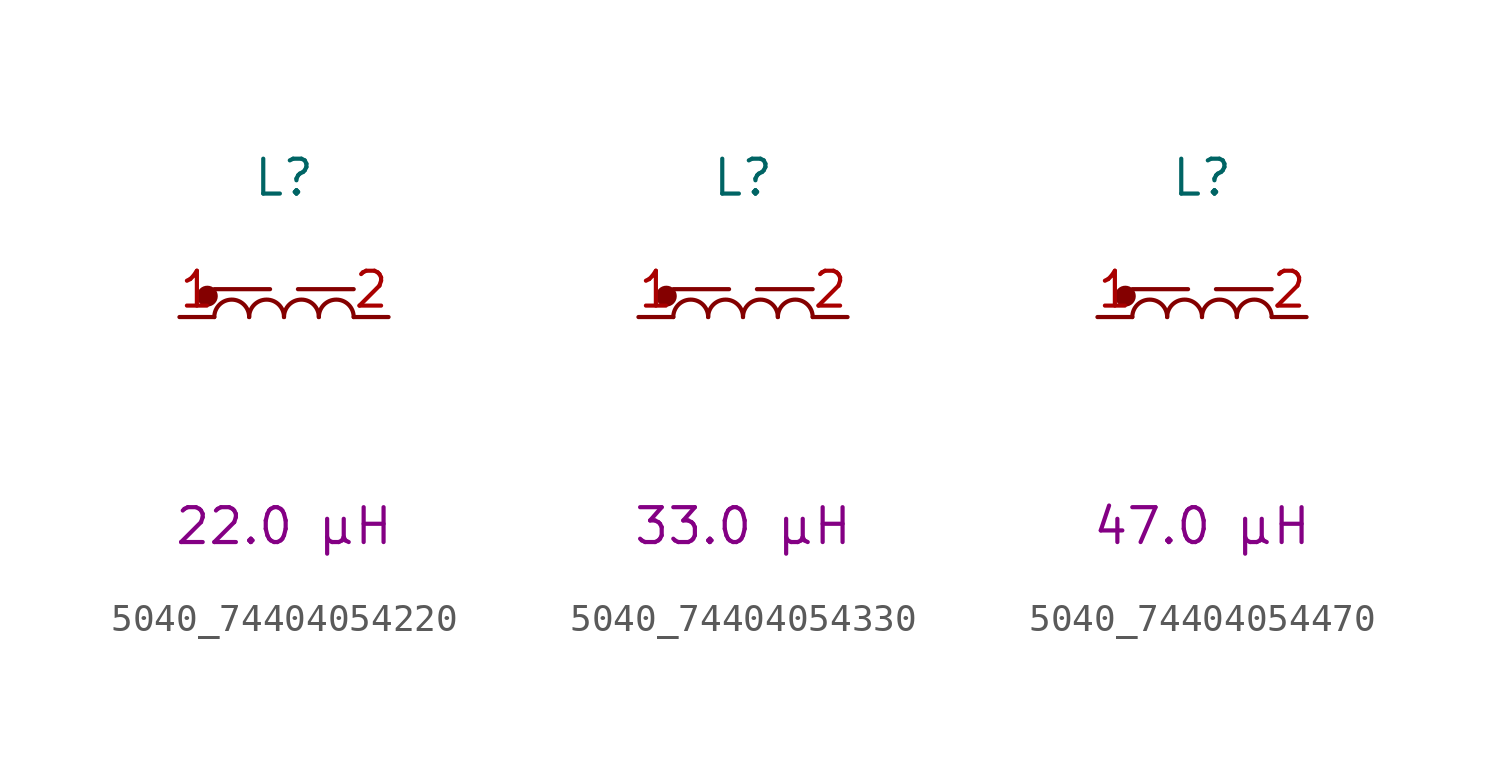
<source format=kicad_sym>
(kicad_symbol_lib
  (version 20220914)
  (generator kicad_symbol_editor)
  (symbol "5040_74404054220"
    (pin_names hide)
    (property "Reference" "L"
      (at 0 5.08 0)
      (effects (font (size 1.27 1.27))))
    (property "Critical Parameter" "22.0 µH"
      (at 0 -7.62 0)
      (effects (font (size 1.27 1.27))))
    (symbol "5040_74404054220_0_1"
      (arc (start -1.27 0) (mid -1.905 0.6323) (end -2.54 0) (stroke (width 0) (type default)) (fill (type none)))
      (arc (start 0 0) (mid -0.635 0.6323) (end -1.27 0) (stroke (width 0) (type default)) (fill (type none)))
      (polyline (pts (xy -2.54 1.016) (xy -0.508 1.016)) (stroke (width 0) (type default)) (fill (type none)))
      (arc (start 1.27 0) (mid 0.635 0.6323) (end 0 0) (stroke (width 0) (type default)) (fill (type none)))
      (arc (start 2.54 0) (mid 1.905 0.6323) (end 1.27 0) (stroke (width 0) (type default)) (fill (type none))))
    (symbol "5040_74404054220_1_1"
      (circle (center -2.794 0.762) (radius 0.0001) (stroke (width 0.381) (type default)) (fill (type none)))
      (polyline (pts (xy 2.54 1.016) (xy 0.508 1.016)) (stroke (width 0) (type default)) (fill (type none)))
      (pin passive line (at -3.81 0 0) (length 1.27) (name "1" (effects (font (size 1.27 1.27)))) (number "1" (effects (font (size 1.27 1.27)))))
      (pin passive line (at 3.81 0 180) (length 1.27) (name "2" (effects (font (size 1.27 1.27)))) (number "2" (effects (font (size 1.27 1.27)))))))
  (symbol "5040_74404054330"
    (pin_names hide)
    (property "Reference" "L"
      (at 0 5.08 0)
      (effects (font (size 1.27 1.27))))
    (property "Critical Parameter" "33.0 µH"
      (at 0 -7.62 0)
      (effects (font (size 1.27 1.27))))
    (symbol "5040_74404054330_0_1"
      (arc (start -1.27 0) (mid -1.905 0.6323) (end -2.54 0) (stroke (width 0) (type default)) (fill (type none)))
      (arc (start 0 0) (mid -0.635 0.6323) (end -1.27 0) (stroke (width 0) (type default)) (fill (type none)))
      (polyline (pts (xy -2.54 1.016) (xy -0.508 1.016)) (stroke (width 0) (type default)) (fill (type none)))
      (arc (start 1.27 0) (mid 0.635 0.6323) (end 0 0) (stroke (width 0) (type default)) (fill (type none)))
      (arc (start 2.54 0) (mid 1.905 0.6323) (end 1.27 0) (stroke (width 0) (type default)) (fill (type none))))
    (symbol "5040_74404054330_1_1"
      (circle (center -2.794 0.762) (radius 0.0001) (stroke (width 0.381) (type default)) (fill (type none)))
      (polyline (pts (xy 2.54 1.016) (xy 0.508 1.016)) (stroke (width 0) (type default)) (fill (type none)))
      (pin passive line (at -3.81 0 0) (length 1.27) (name "1" (effects (font (size 1.27 1.27)))) (number "1" (effects (font (size 1.27 1.27)))))
      (pin passive line (at 3.81 0 180) (length 1.27) (name "2" (effects (font (size 1.27 1.27)))) (number "2" (effects (font (size 1.27 1.27)))))))
  (symbol "5040_74404054470"
    (pin_names hide)
    (property "Reference" "L"
      (at 0 5.08 0)
      (effects (font (size 1.27 1.27))))
    (property "Critical Parameter" "47.0 µH"
      (at 0 -7.62 0)
      (effects (font (size 1.27 1.27))))
    (symbol "5040_74404054470_0_1"
      (arc (start -1.27 0) (mid -1.905 0.6323) (end -2.54 0) (stroke (width 0) (type default)) (fill (type none)))
      (arc (start 0 0) (mid -0.635 0.6323) (end -1.27 0) (stroke (width 0) (type default)) (fill (type none)))
      (polyline (pts (xy -2.54 1.016) (xy -0.508 1.016)) (stroke (width 0) (type default)) (fill (type none)))
      (arc (start 1.27 0) (mid 0.635 0.6323) (end 0 0) (stroke (width 0) (type default)) (fill (type none)))
      (arc (start 2.54 0) (mid 1.905 0.6323) (end 1.27 0) (stroke (width 0) (type default)) (fill (type none))))
    (symbol "5040_74404054470_1_1"
      (circle (center -2.794 0.762) (radius 0.0001) (stroke (width 0.381) (type default)) (fill (type none)))
      (polyline (pts (xy 2.54 1.016) (xy 0.508 1.016)) (stroke (width 0) (type default)) (fill (type none)))
      (pin passive line (at -3.81 0 0) (length 1.27) (name "1" (effects (font (size 1.27 1.27)))) (number "1" (effects (font (size 1.27 1.27)))))
      (pin passive line (at 3.81 0 180) (length 1.27) (name "2" (effects (font (size 1.27 1.27)))) (number "2" (effects (font (size 1.27 1.27))))))))
</source>
